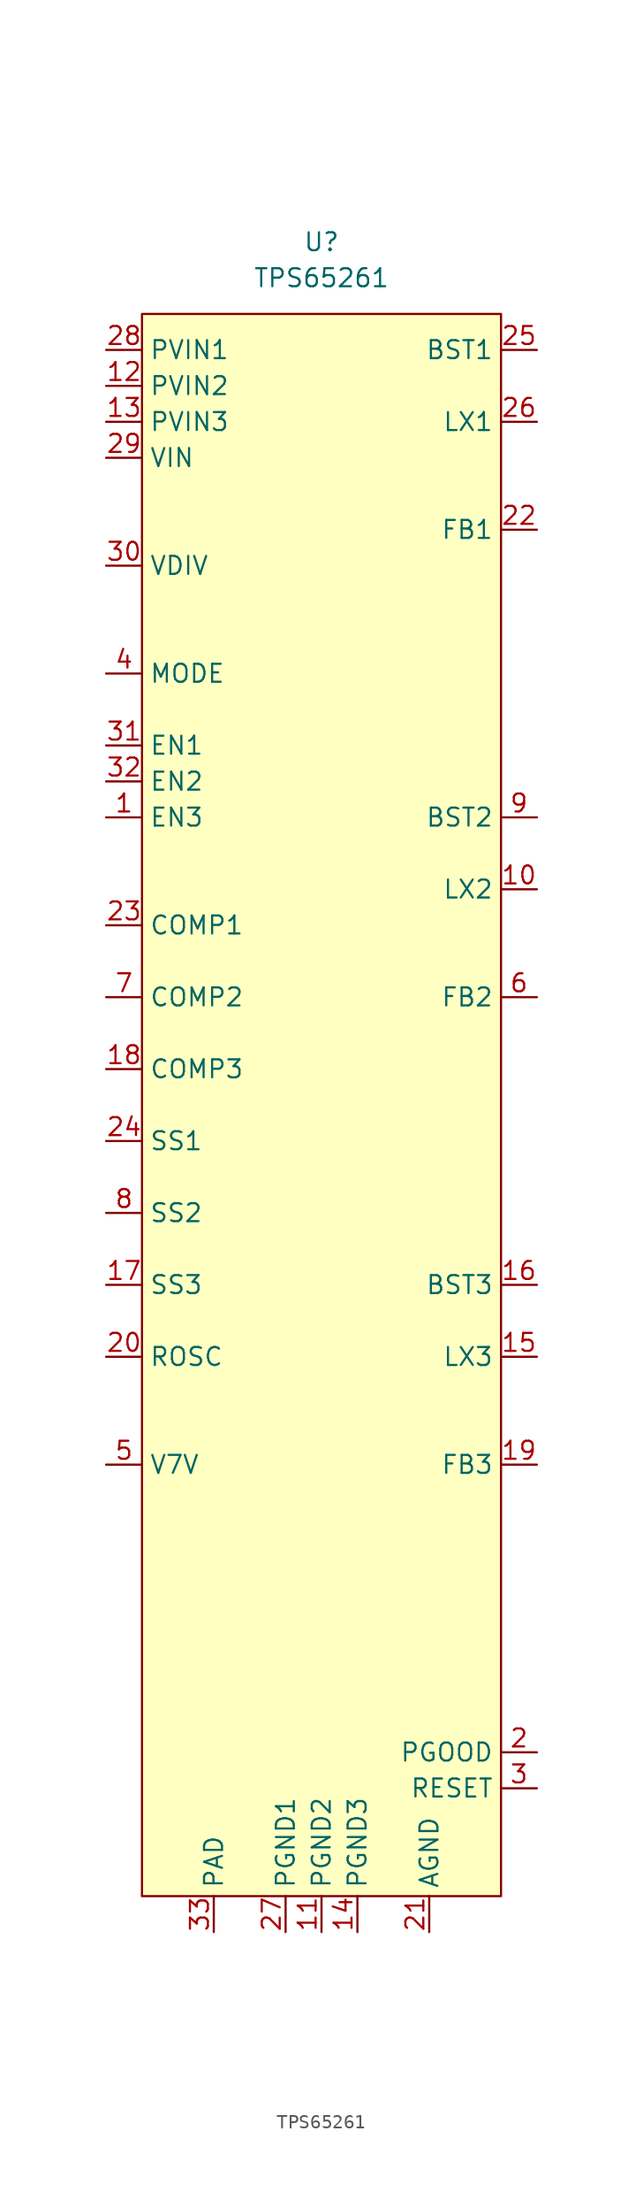
<source format=kicad_sym>
(kicad_symbol_lib
  (version 20220914)
  (generator kicad_symbol_editor)
  (symbol "TPS65261"
    (property "Reference" "U"
      (at 0 54.61 0)
      (effects (font (size 1.27 1.27))))
    (property "Value" "TPS65261"
      (at 0 52.07 0)
      (effects (font (size 1.27 1.27))))
    (symbol "TPS65261_1_1"
      (rectangle (start -12.7 49.53) (end 12.7 -62.23) (stroke (width 0) (type default)) (fill (type background)))
      (pin input line (at -15.24 13.97 0) (length 2.54) (name "EN3" (effects (font (size 1.27 1.27)))) (number "1" (effects (font (size 1.27 1.27)))))
      (pin power_out line (at 15.24 8.89 180) (length 2.54) (name "LX2" (effects (font (size 1.27 1.27)))) (number "10" (effects (font (size 1.27 1.27)))))
      (pin power_in line (at 0 -64.77 90) (length 2.54) (name "PGND2" (effects (font (size 1.27 1.27)))) (number "11" (effects (font (size 1.27 1.27)))))
      (pin power_in line (at -15.24 44.45 0) (length 2.54) (name "PVIN2" (effects (font (size 1.27 1.27)))) (number "12" (effects (font (size 1.27 1.27)))))
      (pin power_in line (at -15.24 41.91 0) (length 2.54) (name "PVIN3" (effects (font (size 1.27 1.27)))) (number "13" (effects (font (size 1.27 1.27)))))
      (pin power_in line (at 2.54 -64.77 90) (length 2.54) (name "PGND3" (effects (font (size 1.27 1.27)))) (number "14" (effects (font (size 1.27 1.27)))))
      (pin power_out line (at 15.24 -24.13 180) (length 2.54) (name "LX3" (effects (font (size 1.27 1.27)))) (number "15" (effects (font (size 1.27 1.27)))))
      (pin passive line (at 15.24 -19.05 180) (length 2.54) (name "BST3" (effects (font (size 1.27 1.27)))) (number "16" (effects (font (size 1.27 1.27)))))
      (pin passive line (at -15.24 -19.05 0) (length 2.54) (name "SS3" (effects (font (size 1.27 1.27)))) (number "17" (effects (font (size 1.27 1.27)))))
      (pin passive line (at -15.24 -3.81 0) (length 2.54) (name "COMP3" (effects (font (size 1.27 1.27)))) (number "18" (effects (font (size 1.27 1.27)))))
      (pin input line (at 15.24 -31.75 180) (length 2.54) (name "FB3" (effects (font (size 1.27 1.27)))) (number "19" (effects (font (size 1.27 1.27)))))
      (pin open_collector line (at 15.24 -52.07 180) (length 2.54) (name "PGOOD" (effects (font (size 1.27 1.27)))) (number "2" (effects (font (size 1.27 1.27)))))
      (pin passive line (at -15.24 -24.13 0) (length 2.54) (name "ROSC" (effects (font (size 1.27 1.27)))) (number "20" (effects (font (size 1.27 1.27)))))
      (pin power_in line (at 7.62 -64.77 90) (length 2.54) (name "AGND" (effects (font (size 1.27 1.27)))) (number "21" (effects (font (size 1.27 1.27)))))
      (pin input line (at 15.24 34.29 180) (length 2.54) (name "FB1" (effects (font (size 1.27 1.27)))) (number "22" (effects (font (size 1.27 1.27)))))
      (pin passive line (at -15.24 6.35 0) (length 2.54) (name "COMP1" (effects (font (size 1.27 1.27)))) (number "23" (effects (font (size 1.27 1.27)))))
      (pin passive line (at -15.24 -8.89 0) (length 2.54) (name "SS1" (effects (font (size 1.27 1.27)))) (number "24" (effects (font (size 1.27 1.27)))))
      (pin passive line (at 15.24 46.99 180) (length 2.54) (name "BST1" (effects (font (size 1.27 1.27)))) (number "25" (effects (font (size 1.27 1.27)))))
      (pin power_out line (at 15.24 41.91 180) (length 2.54) (name "LX1" (effects (font (size 1.27 1.27)))) (number "26" (effects (font (size 1.27 1.27)))))
      (pin power_in line (at -2.54 -64.77 90) (length 2.54) (name "PGND1" (effects (font (size 1.27 1.27)))) (number "27" (effects (font (size 1.27 1.27)))))
      (pin power_in line (at -15.24 46.99 0) (length 2.54) (name "PVIN1" (effects (font (size 1.27 1.27)))) (number "28" (effects (font (size 1.27 1.27)))))
      (pin power_in line (at -15.24 39.37 0) (length 2.54) (name "VIN" (effects (font (size 1.27 1.27)))) (number "29" (effects (font (size 1.27 1.27)))))
      (pin open_collector line (at 15.24 -54.61 180) (length 2.54) (name "RESET" (effects (font (size 1.27 1.27)))) (number "3" (effects (font (size 1.27 1.27)))))
      (pin input line (at -15.24 31.75 0) (length 2.54) (name "VDIV" (effects (font (size 1.27 1.27)))) (number "30" (effects (font (size 1.27 1.27)))))
      (pin input line (at -15.24 19.05 0) (length 2.54) (name "EN1" (effects (font (size 1.27 1.27)))) (number "31" (effects (font (size 1.27 1.27)))))
      (pin input line (at -15.24 16.51 0) (length 2.54) (name "EN2" (effects (font (size 1.27 1.27)))) (number "32" (effects (font (size 1.27 1.27)))))
      (pin free line (at -7.62 -64.77 90) (length 2.54) (name "PAD" (effects (font (size 1.27 1.27)))) (number "33" (effects (font (size 1.27 1.27)))))
      (pin input line (at -15.24 24.13 0) (length 2.54) (name "MODE" (effects (font (size 1.27 1.27)))) (number "4" (effects (font (size 1.27 1.27)))))
      (pin passive line (at -15.24 -31.75 0) (length 2.54) (name "V7V" (effects (font (size 1.27 1.27)))) (number "5" (effects (font (size 1.27 1.27)))))
      (pin input line (at 15.24 1.27 180) (length 2.54) (name "FB2" (effects (font (size 1.27 1.27)))) (number "6" (effects (font (size 1.27 1.27)))))
      (pin passive line (at -15.24 1.27 0) (length 2.54) (name "COMP2" (effects (font (size 1.27 1.27)))) (number "7" (effects (font (size 1.27 1.27)))))
      (pin passive line (at -15.24 -13.97 0) (length 2.54) (name "SS2" (effects (font (size 1.27 1.27)))) (number "8" (effects (font (size 1.27 1.27)))))
      (pin passive line (at 15.24 13.97 180) (length 2.54) (name "BST2" (effects (font (size 1.27 1.27)))) (number "9" (effects (font (size 1.27 1.27))))))))
</source>
